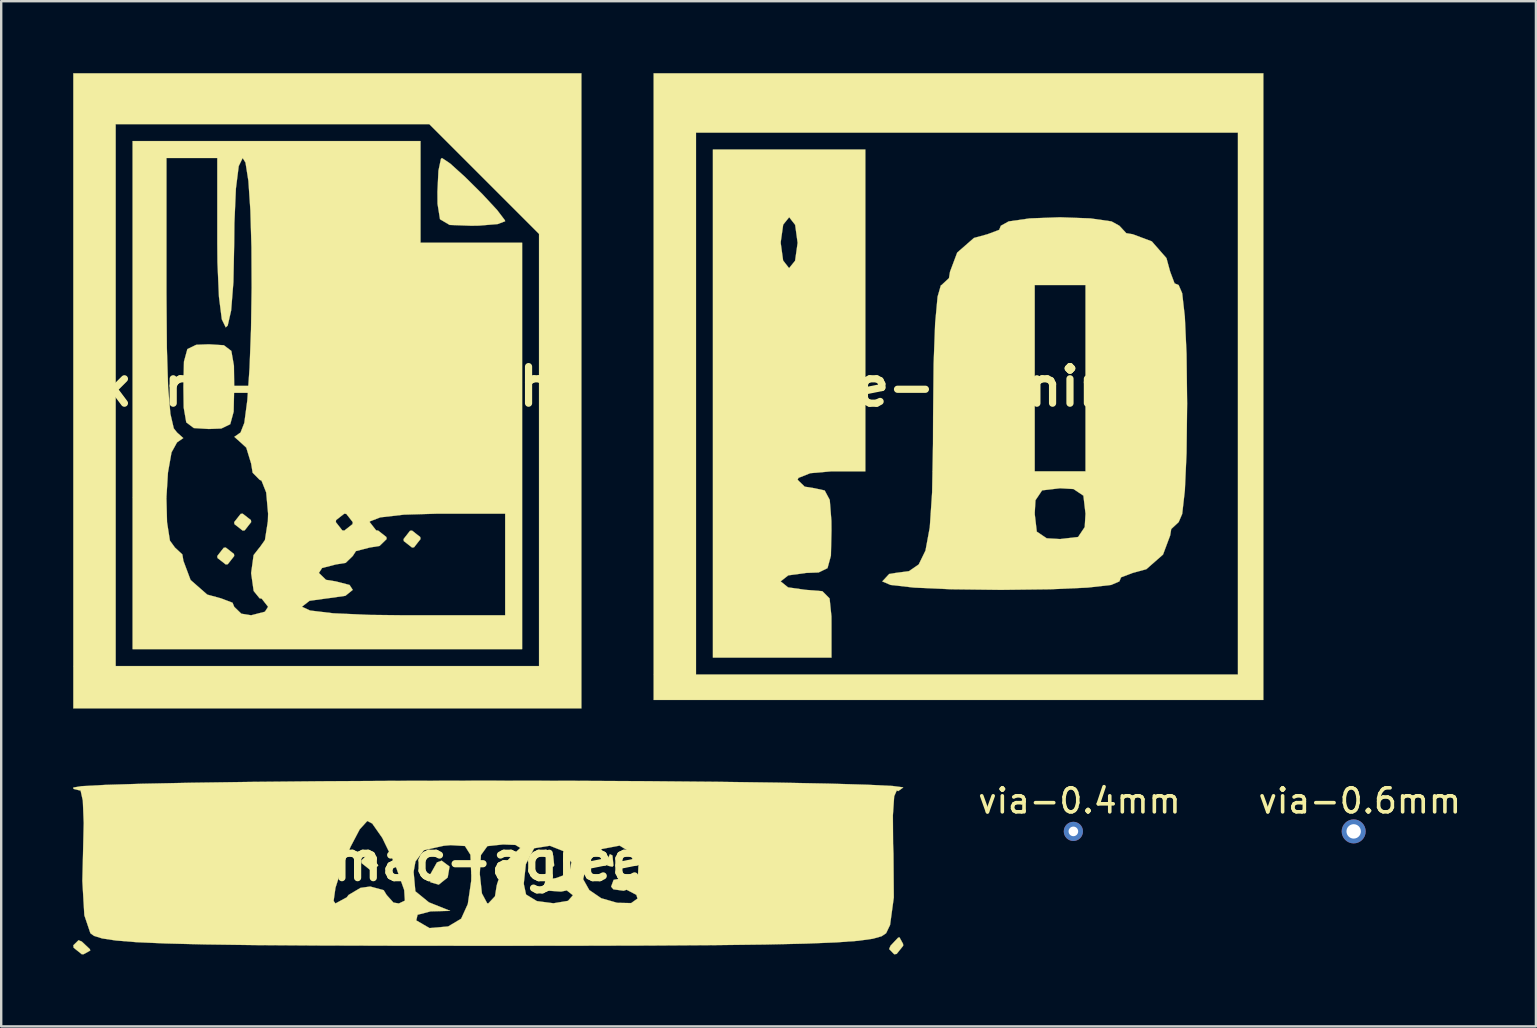
<source format=kicad_pcb>
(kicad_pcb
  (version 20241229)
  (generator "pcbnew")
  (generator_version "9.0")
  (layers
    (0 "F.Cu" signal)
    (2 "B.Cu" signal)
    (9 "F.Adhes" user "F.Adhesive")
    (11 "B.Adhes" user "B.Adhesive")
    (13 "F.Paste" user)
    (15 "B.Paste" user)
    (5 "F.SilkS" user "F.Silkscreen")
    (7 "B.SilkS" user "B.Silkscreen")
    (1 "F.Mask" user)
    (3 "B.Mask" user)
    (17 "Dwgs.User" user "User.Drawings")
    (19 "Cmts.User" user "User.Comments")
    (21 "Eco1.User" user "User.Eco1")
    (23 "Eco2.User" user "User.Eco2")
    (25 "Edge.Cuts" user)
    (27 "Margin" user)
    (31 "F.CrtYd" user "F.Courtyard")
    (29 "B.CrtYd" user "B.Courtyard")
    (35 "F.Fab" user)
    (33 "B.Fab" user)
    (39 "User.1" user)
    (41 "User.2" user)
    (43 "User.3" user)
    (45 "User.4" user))
  (footprint "kare-paintbrush"
    (layer "F.Cu")
    (at 10.588 13.058)
    (property "Reference" "kare-paintbrush" (at 0 0 0) (layer "F.SilkS") (effects (font (size 1.524 1.524) (thickness 0.3))))
    (attr through_hole)
    (fp_poly (pts (xy -3.891 6.971) (xy -3.881 7.056) (xy -4.149 7.398) (xy -4.233 7.408) (xy -4.576 7.14) (xy -4.586 7.056) (xy -4.318 6.713) (xy -4.233 6.703) (xy -3.891 6.971)) (stroke (width 0.01) (type solid)) (fill yes) (layer "F.SilkS"))
    (fp_poly (pts (xy -3.185 5.56) (xy -3.175 5.644) (xy -3.443 5.987) (xy -3.528 5.997) (xy -3.87 5.729) (xy -3.881 5.644) (xy -3.612 5.302) (xy -3.528 5.292) (xy -3.185 5.56)) (stroke (width 0.01) (type solid)) (fill yes) (layer "F.SilkS"))
    (fp_poly (pts (xy 3.87 6.266) (xy 3.881 6.35) (xy 3.612 6.693) (xy 3.528 6.703) (xy 3.185 6.434) (xy 3.175 6.35) (xy 3.443 6.007) (xy 3.528 5.997) (xy 3.87 6.266)) (stroke (width 0.01) (type solid)) (fill yes) (layer "F.SilkS"))
    (fp_poly (pts (xy 10.583 13.406) (xy -10.583 13.406) (xy -10.583 -10.936) (xy -8.819 -10.936) (xy -8.819 11.642) (xy 8.819 11.642) (xy 8.819 -6.363) (xy 4.246 -10.936) (xy -8.819 -10.936) (xy -10.583 -10.936) (xy -10.583 -13.053) (xy 10.583 -13.053) (xy 10.583 13.406)) (stroke (width 0.01) (type solid)) (fill yes) (layer "F.SilkS"))
    (fp_poly (pts (xy -4.312 -1.725) (xy -4 -1.488) (xy -3.892 -0.871) (xy -3.881 0) (xy -3.904 1.044) (xy -4.046 1.565) (xy -4.416 1.744) (xy -4.939 1.764) (xy -5.565 1.725) (xy -5.878 1.488) (xy -5.985 0.871) (xy -5.997 0) (xy -5.974 -1.044) (xy -5.832 -1.565) (xy -5.462 -1.744) (xy -4.939 -1.764) (xy -4.312 -1.725)) (stroke (width 0.01) (type solid)) (fill yes) (layer "F.SilkS"))
    (fp_poly (pts (xy 5.119 -9.294) (xy 5.744 -8.729) (xy 6.459 -8.02) (xy 7.073 -7.358) (xy 7.395 -6.934) (xy 7.408 -6.891) (xy 7.095 -6.773) (xy 6.313 -6.708) (xy 5.997 -6.703) (xy 5.094 -6.737) (xy 4.693 -6.974) (xy 4.59 -7.619) (xy 4.586 -8.114) (xy 4.628 -8.998) (xy 4.732 -9.489) (xy 4.774 -9.525) (xy 5.119 -9.294)) (stroke (width 0.01) (type solid)) (fill yes) (layer "F.SilkS"))
    (fp_poly (pts (xy 3.881 -5.997) (xy 8.114 -5.997) (xy 8.114 10.936) (xy -8.114 10.936) (xy -8.114 4.628) (xy -6.705 4.628) (xy -6.679 5.648) (xy -6.559 6.415) (xy -6.35 6.703) (xy -6.041 6.99) (xy -5.997 7.257) (xy -5.699 8.054) (xy -5.003 8.664) (xy -4.435 8.819) (xy -3.95 9.002) (xy -3.881 9.172) (xy -3.585 9.459) (xy -3.175 9.525) (xy -2.602 9.377) (xy -2.469 9.172) (xy -1.058 9.172) (xy -0.719 9.327) (xy 0.244 9.442) (xy 1.75 9.509) (xy 3.175 9.525) (xy 7.408 9.525) (xy 7.408 5.292) (xy 4.586 5.292) (xy 3.188 5.333) (xy 2.206 5.446) (xy 1.773 5.613) (xy 1.764 5.644) (xy 2.032 5.987) (xy 2.117 5.997) (xy 2.459 6.266) (xy 2.469 6.35) (xy 2.174 6.637) (xy 1.764 6.703) (xy 1.191 6.851) (xy 1.058 7.056) (xy 0.763 7.342) (xy 0.353 7.408) (xy -0.22 7.556) (xy -0.353 7.761) (xy -0.057 8.048) (xy 0.353 8.114) (xy 0.926 8.262) (xy 1.058 8.467) (xy 0.752 8.714) (xy 0.013 8.819) (xy 0 8.819) (xy -0.743 8.922) (xy -1.058 9.168) (xy -1.058 9.172) (xy -2.469 9.172) (xy -2.738 8.83) (xy -2.822 8.819) (xy -3.07 8.513) (xy -3.175 7.774) (xy -3.175 7.761) (xy -3.073 7.018) (xy -2.827 6.703) (xy -2.822 6.703) (xy -2.601 6.39) (xy -2.484 5.644) (xy 0.353 5.644) (xy 0.621 5.987) (xy 0.706 5.997) (xy 1.048 5.729) (xy 1.058 5.644) (xy 0.79 5.302) (xy 0.706 5.292) (xy 0.363 5.56) (xy 0.353 5.644) (xy -2.484 5.644) (xy -2.478 5.608) (xy -2.469 5.292) (xy -2.548 4.408) (xy -2.743 3.917) (xy -2.822 3.881) (xy -3.113 3.586) (xy -3.175 3.204) (xy -3.378 2.541) (xy -3.616 2.322) (xy -3.875 2.091) (xy -3.616 1.911) (xy -3.46 1.511) (xy -3.334 0.565) (xy -3.241 -0.783) (xy -3.18 -2.391) (xy -3.154 -4.116) (xy -3.162 -5.815) (xy -3.207 -7.347) (xy -3.289 -8.567) (xy -3.41 -9.334) (xy -3.528 -9.525) (xy -3.692 -9.19) (xy -3.81 -8.251) (xy -3.873 -6.811) (xy -3.881 -5.997) (xy -3.914 -4.358) (xy -4.008 -3.174) (xy -4.152 -2.544) (xy -4.233 -2.469) (xy -4.397 -2.805) (xy -4.516 -3.743) (xy -4.579 -5.183) (xy -4.586 -5.997) (xy -4.586 -9.525) (xy -6.703 -9.525) (xy -6.703 -3.91) (xy -6.686 -1.619) (xy -6.634 0.039) (xy -6.539 1.134) (xy -6.398 1.739) (xy -6.262 1.911) (xy -6.002 2.143) (xy -6.262 2.322) (xy -6.492 2.738) (xy -6.641 3.582) (xy -6.705 4.628) (xy -8.114 4.628) (xy -8.114 -10.231) (xy 3.881 -10.231) (xy 3.881 -5.997)) (stroke (width 0.01) (type solid)) (fill yes) (layer "F.SilkS")))
  (footprint "mac-agree"
    (layer "F.Cu")
    (at 17.291 32.825)
    (property "Reference" "mac-agree" (at 0 0 0) (layer "F.SilkS") (effects (font (size 1.524 1.524) (thickness 0.3))))
    (attr through_hole)
    (fp_poly (pts (xy 2.705 -0.235) (xy 2.747 0.183) (xy 2.705 0.235) (xy 2.495 0.187) (xy 2.469 0) (xy 2.599 -0.29) (xy 2.705 -0.235)) (stroke (width 0.01) (type solid)) (fill yes) (layer "F.SilkS"))
    (fp_poly (pts (xy 5.174 -0.235) (xy 5.216 0.183) (xy 5.174 0.235) (xy 4.964 0.187) (xy 4.939 0) (xy 5.068 -0.29) (xy 5.174 -0.235)) (stroke (width 0.01) (type solid)) (fill yes) (layer "F.SilkS"))
    (fp_poly (pts (xy -1.612 0.227) (xy -1.689 0.68) (xy -2.062 0.981) (xy -2.413 0.879) (xy -2.415 0.551) (xy -2.137 0.054) (xy -1.94 -0.019) (xy -1.612 0.227)) (stroke (width 0.01) (type solid)) (fill yes) (layer "F.SilkS"))
    (fp_poly (pts (xy -16.933 3.351) (xy -16.597 3.668) (xy -16.581 3.725) (xy -16.853 3.877) (xy -16.933 3.881) (xy -17.273 3.609) (xy -17.286 3.507) (xy -17.07 3.296) (xy -16.933 3.351)) (stroke (width 0.01) (type solid)) (fill yes) (layer "F.SilkS"))
    (fp_poly (pts (xy -4.939 -0.176) (xy -4.602 0.141) (xy -4.586 0.197) (xy -4.859 0.349) (xy -4.939 0.353) (xy -5.278 0.082) (xy -5.292 -0.021) (xy -5.076 -0.232) (xy -4.939 -0.176)) (stroke (width 0.01) (type solid)) (fill yes) (layer "F.SilkS"))
    (fp_poly (pts (xy 17.282 3.448) (xy 17.286 3.528) (xy 17.015 3.867) (xy 16.913 3.881) (xy 16.702 3.664) (xy 16.757 3.528) (xy 17.074 3.191) (xy 17.131 3.175) (xy 17.282 3.448)) (stroke (width 0.01) (type solid)) (fill yes) (layer "F.SilkS"))
    (fp_poly (pts (xy 3.417 -3.346) (xy 6.61 -3.33) (xy 9.511 -3.304) (xy 12.053 -3.27) (xy 14.169 -3.229) (xy 15.79 -3.182) (xy 16.849 -3.13) (xy 17.28 -3.074) (xy 17.286 -3.066) (xy 17.078 -2.916) (xy 17.02 -2.945) (xy 16.912 -2.701) (xy 16.858 -1.907) (xy 16.866 -0.718) (xy 16.882 -0.313) (xy 16.896 1.515) (xy 16.741 2.658) (xy 16.575 3.005) (xy 16.39 3.13) (xy 16.023 3.234) (xy 15.414 3.319) (xy 14.505 3.386) (xy 13.236 3.437) (xy 11.549 3.475) (xy 9.384 3.501) (xy 6.682 3.518) (xy 3.386 3.526) (xy 0 3.528) (xy -3.861 3.525) (xy -7.075 3.516) (xy -9.702 3.499) (xy -11.8 3.471) (xy -13.428 3.431) (xy -14.646 3.378) (xy -15.511 3.308) (xy -16.085 3.221) (xy -16.424 3.115) (xy -16.575 3.005) (xy -16.827 2.257) (xy -16.862 1.66) (xy -6.442 1.66) (xy -6.365 1.764) (xy -5.893 1.508) (xy -5.821 1.411) (xy -5.323 1.115) (xy -4.918 1.058) (xy -4.356 1.21) (xy -4.233 1.411) (xy -3.949 1.727) (xy -3.724 1.764) (xy -3.474 1.647) (xy -3.502 1.204) (xy -3.773 0.444) (xy -3.11 0.444) (xy -3.036 1.257) (xy -2.473 1.716) (xy -2.405 1.744) (xy -1.587 2.072) (xy -2.402 2.094) (xy -2.944 2.235) (xy -2.999 2.469) (xy -2.447 2.79) (xy -1.671 2.722) (xy -1.129 2.399) (xy -0.852 1.789) (xy -0.71 0.824) (xy -0.706 0.613) (xy -0.709 0.529) (xy -0.353 0.529) (xy -0.264 1.345) (xy -0.046 1.753) (xy 0 1.764) (xy 0.28 1.466) (xy 0.353 1.009) (xy 0.374 0.942) (xy 1.479 0.942) (xy 1.575 1.391) (xy 2.027 1.666) (xy 2.716 1.756) (xy 3.321 1.656) (xy 3.528 1.422) (xy 3.272 1.221) (xy 3.034 1.27) (xy 2.464 1.23) (xy 2.308 1.082) (xy 2.395 0.783) (xy 2.563 0.753) (xy 3.954 0.753) (xy 4.209 1.205) (xy 4.709 1.547) (xy 5.371 1.737) (xy 5.953 1.749) (xy 6.218 1.561) (xy 6.17 1.405) (xy 5.763 1.192) (xy 5.644 1.235) (xy 5.214 1.176) (xy 5.119 1.064) (xy 5.223 0.781) (xy 5.624 0.706) (xy 6.239 0.572) (xy 6.261 0.116) (xy 6.038 -0.299) (xy 5.473 -0.646) (xy 4.735 -0.505) (xy 4.115 0.059) (xy 3.954 0.753) (xy 2.563 0.753) (xy 2.827 0.706) (xy 3.378 0.502) (xy 3.464 0.048) (xy 3.132 -0.416) (xy 2.567 -0.64) (xy 1.913 -0.535) (xy 1.569 0.124) (xy 1.567 0.133) (xy 1.479 0.942) (xy 0.374 0.942) (xy 0.619 0.187) (xy 0.97 -0.214) (xy 1.337 -0.549) (xy 1.132 -0.674) (xy 0.617 -0.694) (xy -0.036 -0.624) (xy -0.304 -0.253) (xy -0.353 0.529) (xy -0.709 0.529) (xy -0.743 -0.266) (xy -0.972 -0.629) (xy -1.564 -0.665) (xy -1.852 -0.64) (xy -2.675 -0.456) (xy -3.031 0.012) (xy -3.11 0.444) (xy -3.773 0.444) (xy -3.824 0.301) (xy -3.952 -0.012) (xy -4.416 -0.97) (xy -4.834 -1.566) (xy -5.039 -1.672) (xy -5.354 -1.325) (xy -5.736 -0.599) (xy -6.101 0.286) (xy -6.365 1.112) (xy -6.442 1.66) (xy -16.862 1.66) (xy -16.91 0.824) (xy -16.882 -0.313) (xy -16.853 -1.589) (xy -16.89 -2.516) (xy -16.983 -2.939) (xy -17.02 -2.945) (xy -17.28 -3.008) (xy -17.286 -3.066) (xy -16.945 -3.122) (xy -15.965 -3.175) (xy -14.415 -3.223) (xy -12.361 -3.265) (xy -9.872 -3.3) (xy -7.015 -3.327) (xy -3.857 -3.344) (xy -0.466 -3.351) (xy 0 -3.351) (xy 3.417 -3.346)) (stroke (width 0.01) (type solid)) (fill yes) (layer "F.SilkS")))
  (footprint "via-0.6mm"
    (layer "F.Cu")
    (at 53.346 31.587)
    (property "Reference" "via-0.6mm" (at 0.254 -1.27 0) (layer "F.SilkS") (effects (font (size 1 1) (thickness 0.15))))
    (attr through_hole)
    (pad "1" thru_hole circle (at 0 0) (size 1 1) (drill 0.6) (layers "*.Cu")))
  (footprint "via-0.4mm"
    (layer "F.Cu")
    (at 41.668 31.587)
    (property "Reference" "via-0.4mm" (at 0.254 -1.27 0) (layer "F.SilkS") (effects (font (size 1 1) (thickness 0.15))))
    (attr through_hole)
    (pad "1" thru_hole circle (at 0 0) (size 0.8 0.8) (drill 0.4) (layers "*.Cu")))
  (footprint "kare-warning"
    (layer "F.Cu")
    (at 36.882 13.058)
    (property "Reference" "kare-warning" (at 0 0 0) (layer "F.SilkS") (effects (font (size 1.524 1.524) (thickness 0.3))))
    (attr through_hole)
    (fp_poly (pts (xy 12.7 13.053) (xy -12.7 13.053) (xy -12.7 -10.583) (xy -10.936 -10.583) (xy -10.936 11.994) (xy 11.642 11.994) (xy 11.642 -10.583) (xy -10.936 -10.583) (xy -12.7 -10.583) (xy -12.7 -13.053) (xy 12.7 -13.053) (xy 12.7 13.053)) (stroke (width 0.01) (type solid)) (fill yes) (layer "F.SilkS"))
    (fp_poly (pts (xy -3.881 3.528) (xy -5.292 3.528) (xy -6.175 3.606) (xy -6.667 3.801) (xy -6.703 3.881) (xy -6.407 4.167) (xy -5.997 4.233) (xy -5.574 4.326) (xy -5.363 4.72) (xy -5.295 5.589) (xy -5.292 5.997) (xy -5.315 7.041) (xy -5.457 7.562) (xy -5.827 7.741) (xy -6.35 7.761) (xy -7.093 7.863) (xy -7.408 8.11) (xy -7.408 8.114) (xy -7.102 8.362) (xy -6.363 8.467) (xy -6.35 8.467) (xy -5.671 8.522) (xy -5.37 8.824) (xy -5.293 9.575) (xy -5.292 9.878) (xy -5.292 11.289) (xy -10.231 11.289) (xy -10.231 -5.997) (xy -7.408 -5.997) (xy -7.306 -5.254) (xy -7.06 -4.939) (xy -7.056 -4.939) (xy -6.808 -5.245) (xy -6.703 -5.984) (xy -6.703 -5.997) (xy -6.805 -6.74) (xy -7.051 -7.055) (xy -7.056 -7.056) (xy -7.303 -6.749) (xy -7.408 -6.01) (xy -7.408 -5.997) (xy -10.231 -5.997) (xy -10.231 -9.878) (xy -3.881 -9.878) (xy -3.881 3.528)) (stroke (width 0.01) (type solid)) (fill yes) (layer "F.SilkS"))
    (fp_poly (pts (xy 5.5 -7.009) (xy 6.375 -6.884) (xy 6.703 -6.703) (xy 6.703 -6.703) (xy 6.99 -6.394) (xy 7.257 -6.35) (xy 8.054 -6.052) (xy 8.664 -5.355) (xy 8.819 -4.788) (xy 9.002 -4.302) (xy 9.172 -4.233) (xy 9.319 -3.892) (xy 9.43 -2.912) (xy 9.501 -1.359) (xy 9.525 0.701) (xy 9.525 0.706) (xy 9.501 2.766) (xy 9.431 4.32) (xy 9.32 5.302) (xy 9.173 5.644) (xy 9.172 5.644) (xy 8.863 5.932) (xy 8.819 6.199) (xy 8.521 6.996) (xy 7.825 7.606) (xy 7.257 7.761) (xy 6.772 7.944) (xy 6.703 8.114) (xy 6.361 8.261) (xy 5.381 8.372) (xy 3.828 8.442) (xy 1.768 8.467) (xy 1.764 8.467) (xy -0.297 8.442) (xy -1.851 8.372) (xy -2.832 8.261) (xy -3.175 8.114) (xy -3.175 8.114) (xy -2.888 7.805) (xy -2.621 7.761) (xy -2.065 7.688) (xy -1.657 7.407) (xy -1.375 6.828) (xy -1.196 5.86) (xy -1.158 5.292) (xy 3.175 5.292) (xy 3.262 6.041) (xy 3.675 6.318) (xy 4.233 6.35) (xy 4.983 6.263) (xy 5.259 5.85) (xy 5.292 5.292) (xy 5.204 4.542) (xy 4.792 4.266) (xy 4.233 4.233) (xy 3.484 4.321) (xy 3.207 4.733) (xy 3.175 5.292) (xy -1.158 5.292) (xy -1.099 4.41) (xy -1.062 2.387) (xy -1.058 1.26) (xy -1.036 -0.95) (xy -0.973 -2.638) (xy -0.871 -3.747) (xy -0.735 -4.22) (xy -0.706 -4.233) (xy 3.175 -4.233) (xy 3.175 3.528) (xy 5.292 3.528) (xy 5.292 -4.233) (xy 3.175 -4.233) (xy -0.706 -4.233) (xy -0.397 -4.521) (xy -0.353 -4.788) (xy -0.054 -5.585) (xy 0.642 -6.194) (xy 1.21 -6.35) (xy 1.695 -6.533) (xy 1.764 -6.703) (xy 2.09 -6.884) (xy 2.965 -7.009) (xy 4.231 -7.056) (xy 4.233 -7.056) (xy 5.5 -7.009)) (stroke (width 0.01) (type solid)) (fill yes) (layer "F.SilkS")))
  (gr_rect
    (start -3 -3)
    (end 60.939 39.71)
    (stroke (width 0.1) (type default))
    (fill no)
    (layer "Edge.Cuts")))
</source>
